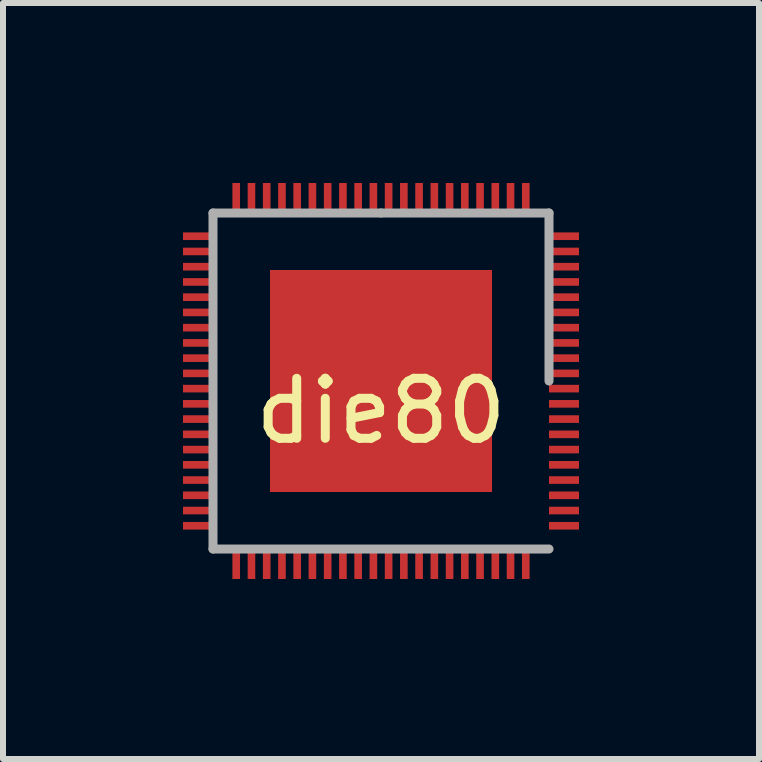
<source format=kicad_pcb>
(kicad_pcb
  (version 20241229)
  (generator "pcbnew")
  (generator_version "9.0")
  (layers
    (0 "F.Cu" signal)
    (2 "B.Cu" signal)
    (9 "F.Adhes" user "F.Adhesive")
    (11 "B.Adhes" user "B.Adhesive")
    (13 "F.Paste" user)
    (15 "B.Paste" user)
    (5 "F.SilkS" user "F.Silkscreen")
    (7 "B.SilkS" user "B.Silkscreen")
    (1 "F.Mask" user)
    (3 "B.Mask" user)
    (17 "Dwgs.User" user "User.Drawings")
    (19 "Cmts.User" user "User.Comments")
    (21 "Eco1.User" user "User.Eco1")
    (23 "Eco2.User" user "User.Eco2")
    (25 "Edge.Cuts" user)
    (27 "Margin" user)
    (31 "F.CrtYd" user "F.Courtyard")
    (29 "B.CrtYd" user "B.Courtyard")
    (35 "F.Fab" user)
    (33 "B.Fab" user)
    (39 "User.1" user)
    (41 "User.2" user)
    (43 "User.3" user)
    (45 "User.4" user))
  (footprint "die80"
    (layer "F.Cu")
    (at 3.3 3.3)
    (property "Reference" "die80" (at 0 0.5 0) (layer "F.SilkS") (effects (font (size 1 1) (thickness 0.15))))
    (attr through_hole)
    (fp_line (start -2.8 -2.8) (end -2.8 2.8) (stroke (width 0.15) (type solid)) (layer "F.Fab"))
    (fp_line (start -2.8 2.8) (end 2.8 2.8) (stroke (width 0.15) (type solid)) (layer "F.Fab"))
    (fp_line (start 0 -2.8) (end -2.8 -2.8) (stroke (width 0.15) (type solid)) (layer "F.Fab"))
    (fp_line (start 2.8 -2.8) (end 0 -2.8) (stroke (width 0.15) (type solid)) (layer "F.Fab"))
    (fp_line (start 2.8 0) (end 2.8 -2.8) (stroke (width 0.15) (type solid)) (layer "F.Fab"))
    (pad "0" smd rect (at 0 0) (size 3.7 3.7) (layers "F.Cu" "F.Mask" "F.Paste"))
    (pad "1" smd rect (at -2.413 3.05 270) (size 0.5 0.127) (layers "F.Cu" "F.Mask" "F.Paste"))
    (pad "2" smd rect (at -2.159 3.05 270) (size 0.5 0.127) (layers "F.Cu" "F.Mask" "F.Paste"))
    (pad "3" smd rect (at -1.905 3.05 270) (size 0.5 0.127) (layers "F.Cu" "F.Mask" "F.Paste"))
    (pad "4" smd rect (at -1.651 3.05 270) (size 0.5 0.127) (layers "F.Cu" "F.Mask" "F.Paste"))
    (pad "5" smd rect (at -1.397 3.05 270) (size 0.5 0.127) (layers "F.Cu" "F.Mask" "F.Paste"))
    (pad "6" smd rect (at -1.143 3.05 270) (size 0.5 0.127) (layers "F.Cu" "F.Mask" "F.Paste"))
    (pad "7" smd rect (at -0.889 3.05 270) (size 0.5 0.127) (layers "F.Cu" "F.Mask" "F.Paste"))
    (pad "8" smd rect (at -0.635 3.05 270) (size 0.5 0.127) (layers "F.Cu" "F.Mask" "F.Paste"))
    (pad "9" smd rect (at -0.381 3.05 270) (size 0.5 0.127) (layers "F.Cu" "F.Mask" "F.Paste"))
    (pad "10" smd rect (at -0.127 3.05 270) (size 0.5 0.127) (layers "F.Cu" "F.Mask" "F.Paste"))
    (pad "11" smd rect (at 0.127 3.05 270) (size 0.5 0.127) (layers "F.Cu" "F.Mask" "F.Paste"))
    (pad "12" smd rect (at 0.381 3.05 270) (size 0.5 0.127) (layers "F.Cu" "F.Mask" "F.Paste"))
    (pad "13" smd rect (at 0.635 3.05 270) (size 0.5 0.127) (layers "F.Cu" "F.Mask" "F.Paste"))
    (pad "14" smd rect (at 0.889 3.05 270) (size 0.5 0.127) (layers "F.Cu" "F.Mask" "F.Paste"))
    (pad "15" smd rect (at 1.143 3.05 270) (size 0.5 0.127) (layers "F.Cu" "F.Mask" "F.Paste"))
    (pad "16" smd rect (at 1.397 3.05 270) (size 0.5 0.127) (layers "F.Cu" "F.Mask" "F.Paste"))
    (pad "17" smd rect (at 1.651 3.05 270) (size 0.5 0.127) (layers "F.Cu" "F.Mask" "F.Paste"))
    (pad "18" smd rect (at 1.905 3.05 270) (size 0.5 0.127) (layers "F.Cu" "F.Mask" "F.Paste"))
    (pad "19" smd rect (at 2.159 3.05 270) (size 0.5 0.127) (layers "F.Cu" "F.Mask" "F.Paste"))
    (pad "20" smd rect (at 2.413 3.05 270) (size 0.5 0.127) (layers "F.Cu" "F.Mask" "F.Paste"))
    (pad "21" smd rect (at 3.05 2.413 180) (size 0.5 0.127) (layers "F.Cu" "F.Mask" "F.Paste"))
    (pad "22" smd rect (at 3.05 2.159 180) (size 0.5 0.127) (layers "F.Cu" "F.Mask" "F.Paste"))
    (pad "23" smd rect (at 3.05 1.905 180) (size 0.5 0.127) (layers "F.Cu" "F.Mask" "F.Paste"))
    (pad "24" smd rect (at 3.05 1.651 180) (size 0.5 0.127) (layers "F.Cu" "F.Mask" "F.Paste"))
    (pad "25" smd rect (at 3.05 1.397 180) (size 0.5 0.127) (layers "F.Cu" "F.Mask" "F.Paste"))
    (pad "26" smd rect (at 3.05 1.143 180) (size 0.5 0.127) (layers "F.Cu" "F.Mask" "F.Paste"))
    (pad "27" smd rect (at 3.05 0.889 180) (size 0.5 0.127) (layers "F.Cu" "F.Mask" "F.Paste"))
    (pad "28" smd rect (at 3.05 0.635 180) (size 0.5 0.127) (layers "F.Cu" "F.Mask" "F.Paste"))
    (pad "29" smd rect (at 3.05 0.381 180) (size 0.5 0.127) (layers "F.Cu" "F.Mask" "F.Paste"))
    (pad "30" smd rect (at 3.05 0.127 180) (size 0.5 0.127) (layers "F.Cu" "F.Mask" "F.Paste"))
    (pad "31" smd rect (at 3.05 -0.127 180) (size 0.5 0.127) (layers "F.Cu" "F.Mask" "F.Paste"))
    (pad "32" smd rect (at 3.05 -0.381 180) (size 0.5 0.127) (layers "F.Cu" "F.Mask" "F.Paste"))
    (pad "33" smd rect (at 3.05 -0.635 180) (size 0.5 0.127) (layers "F.Cu" "F.Mask" "F.Paste"))
    (pad "34" smd rect (at 3.05 -0.889 180) (size 0.5 0.127) (layers "F.Cu" "F.Mask" "F.Paste"))
    (pad "35" smd rect (at 3.05 -1.143 180) (size 0.5 0.127) (layers "F.Cu" "F.Mask" "F.Paste"))
    (pad "36" smd rect (at 3.05 -1.397 180) (size 0.5 0.127) (layers "F.Cu" "F.Mask" "F.Paste"))
    (pad "37" smd rect (at 3.05 -1.651 180) (size 0.5 0.127) (layers "F.Cu" "F.Mask" "F.Paste"))
    (pad "38" smd rect (at 3.05 -1.905 180) (size 0.5 0.127) (layers "F.Cu" "F.Mask" "F.Paste"))
    (pad "39" smd rect (at 3.05 -2.159 180) (size 0.5 0.127) (layers "F.Cu" "F.Mask" "F.Paste"))
    (pad "40" smd rect (at 3.05 -2.413 180) (size 0.5 0.127) (layers "F.Cu" "F.Mask" "F.Paste"))
    (pad "41" smd rect (at 2.413 -3.05 270) (size 0.5 0.127) (layers "F.Cu" "F.Mask" "F.Paste"))
    (pad "42" smd rect (at 2.159 -3.05 270) (size 0.5 0.127) (layers "F.Cu" "F.Mask" "F.Paste"))
    (pad "43" smd rect (at 1.905 -3.05 270) (size 0.5 0.127) (layers "F.Cu" "F.Mask" "F.Paste"))
    (pad "44" smd rect (at 1.651 -3.05 270) (size 0.5 0.127) (layers "F.Cu" "F.Mask" "F.Paste"))
    (pad "45" smd rect (at 1.397 -3.05 270) (size 0.5 0.127) (layers "F.Cu" "F.Mask" "F.Paste"))
    (pad "46" smd rect (at 1.143 -3.05 270) (size 0.5 0.127) (layers "F.Cu" "F.Mask" "F.Paste"))
    (pad "47" smd rect (at 0.889 -3.05 270) (size 0.5 0.127) (layers "F.Cu" "F.Mask" "F.Paste"))
    (pad "48" smd rect (at 0.635 -3.05 270) (size 0.5 0.127) (layers "F.Cu" "F.Mask" "F.Paste"))
    (pad "49" smd rect (at 0.381 -3.05 270) (size 0.5 0.127) (layers "F.Cu" "F.Mask" "F.Paste"))
    (pad "50" smd rect (at 0.127 -3.05 270) (size 0.5 0.127) (layers "F.Cu" "F.Mask" "F.Paste"))
    (pad "51" smd rect (at -0.127 -3.05 270) (size 0.5 0.127) (layers "F.Cu" "F.Mask" "F.Paste"))
    (pad "52" smd rect (at -0.381 -3.05 270) (size 0.5 0.127) (layers "F.Cu" "F.Mask" "F.Paste"))
    (pad "53" smd rect (at -0.635 -3.05 270) (size 0.5 0.127) (layers "F.Cu" "F.Mask" "F.Paste"))
    (pad "54" smd rect (at -0.889 -3.05 270) (size 0.5 0.127) (layers "F.Cu" "F.Mask" "F.Paste"))
    (pad "55" smd rect (at -1.143 -3.05 270) (size 0.5 0.127) (layers "F.Cu" "F.Mask" "F.Paste"))
    (pad "56" smd rect (at -1.397 -3.05 270) (size 0.5 0.127) (layers "F.Cu" "F.Mask" "F.Paste"))
    (pad "57" smd rect (at -1.651 -3.05 270) (size 0.5 0.127) (layers "F.Cu" "F.Mask" "F.Paste"))
    (pad "58" smd rect (at -1.905 -3.05 270) (size 0.5 0.127) (layers "F.Cu" "F.Mask" "F.Paste"))
    (pad "59" smd rect (at -2.159 -3.05 270) (size 0.5 0.127) (layers "F.Cu" "F.Mask" "F.Paste"))
    (pad "60" smd rect (at -2.413 -3.05 270) (size 0.5 0.127) (layers "F.Cu" "F.Mask" "F.Paste"))
    (pad "61" smd rect (at -3.05 -2.413 180) (size 0.5 0.127) (layers "F.Cu" "F.Mask" "F.Paste"))
    (pad "62" smd rect (at -3.05 -2.159 180) (size 0.5 0.127) (layers "F.Cu" "F.Mask" "F.Paste"))
    (pad "63" smd rect (at -3.05 -1.905 180) (size 0.5 0.127) (layers "F.Cu" "F.Mask" "F.Paste"))
    (pad "64" smd rect (at -3.05 -1.651 180) (size 0.5 0.127) (layers "F.Cu" "F.Mask" "F.Paste"))
    (pad "65" smd rect (at -3.05 -1.397 180) (size 0.5 0.127) (layers "F.Cu" "F.Mask" "F.Paste"))
    (pad "66" smd rect (at -3.05 -1.143 180) (size 0.5 0.127) (layers "F.Cu" "F.Mask" "F.Paste"))
    (pad "67" smd rect (at -3.05 -0.889 180) (size 0.5 0.127) (layers "F.Cu" "F.Mask" "F.Paste"))
    (pad "68" smd rect (at -3.05 -0.635 180) (size 0.5 0.127) (layers "F.Cu" "F.Mask" "F.Paste"))
    (pad "69" smd rect (at -3.05 -0.381 180) (size 0.5 0.127) (layers "F.Cu" "F.Mask" "F.Paste"))
    (pad "70" smd rect (at -3.05 -0.127 180) (size 0.5 0.127) (layers "F.Cu" "F.Mask" "F.Paste"))
    (pad "71" smd rect (at -3.05 0.127 180) (size 0.5 0.127) (layers "F.Cu" "F.Mask" "F.Paste"))
    (pad "72" smd rect (at -3.05 0.381 180) (size 0.5 0.127) (layers "F.Cu" "F.Mask" "F.Paste"))
    (pad "73" smd rect (at -3.05 0.635 180) (size 0.5 0.127) (layers "F.Cu" "F.Mask" "F.Paste"))
    (pad "74" smd rect (at -3.05 0.889 180) (size 0.5 0.127) (layers "F.Cu" "F.Mask" "F.Paste"))
    (pad "75" smd rect (at -3.05 1.143 180) (size 0.5 0.127) (layers "F.Cu" "F.Mask" "F.Paste"))
    (pad "76" smd rect (at -3.05 1.397 180) (size 0.5 0.127) (layers "F.Cu" "F.Mask" "F.Paste"))
    (pad "77" smd rect (at -3.05 1.651 180) (size 0.5 0.127) (layers "F.Cu" "F.Mask" "F.Paste"))
    (pad "78" smd rect (at -3.05 1.905 180) (size 0.5 0.127) (layers "F.Cu" "F.Mask" "F.Paste"))
    (pad "79" smd rect (at -3.05 2.159 180) (size 0.5 0.127) (layers "F.Cu" "F.Mask" "F.Paste"))
    (pad "80" smd rect (at -3.05 2.413 180) (size 0.5 0.127) (layers "F.Cu" "F.Mask" "F.Paste")))
  (gr_rect
    (start -3 -3)
    (end 9.6 9.6)
    (stroke (width 0.1) (type default))
    (fill no)
    (layer "Edge.Cuts")))
</source>
